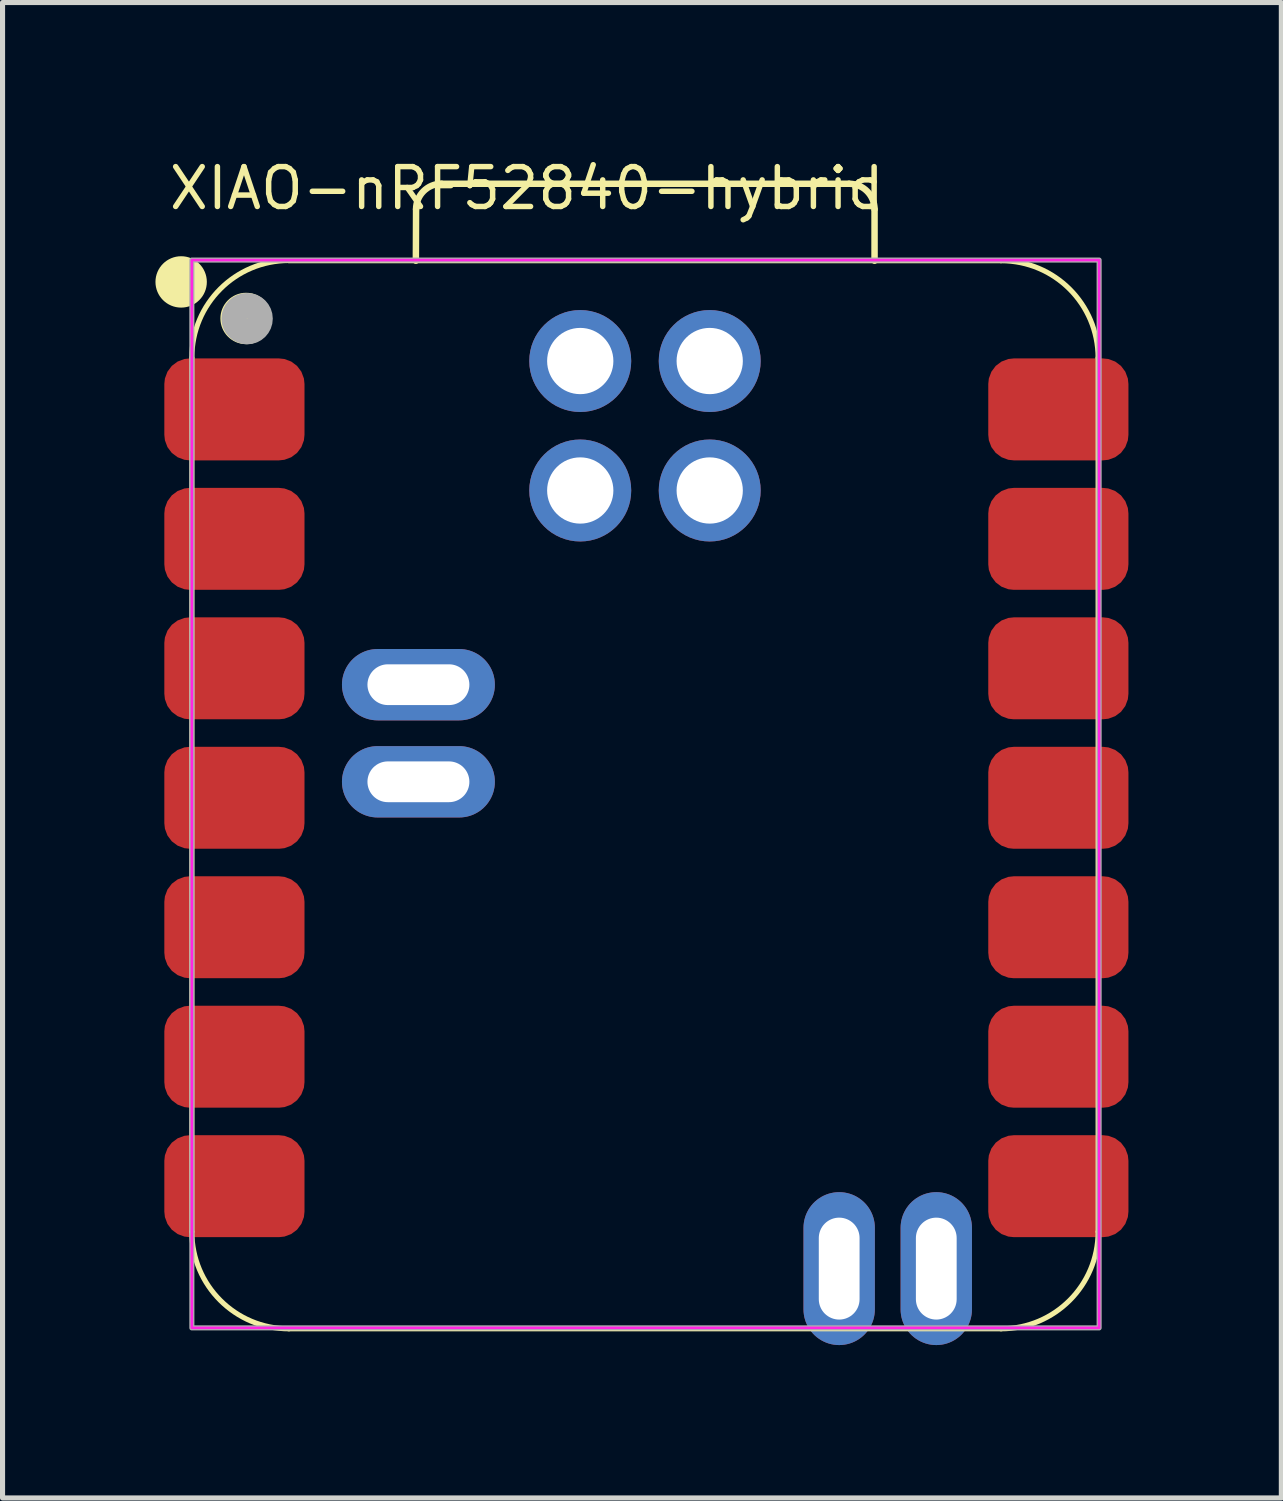
<source format=kicad_pcb>
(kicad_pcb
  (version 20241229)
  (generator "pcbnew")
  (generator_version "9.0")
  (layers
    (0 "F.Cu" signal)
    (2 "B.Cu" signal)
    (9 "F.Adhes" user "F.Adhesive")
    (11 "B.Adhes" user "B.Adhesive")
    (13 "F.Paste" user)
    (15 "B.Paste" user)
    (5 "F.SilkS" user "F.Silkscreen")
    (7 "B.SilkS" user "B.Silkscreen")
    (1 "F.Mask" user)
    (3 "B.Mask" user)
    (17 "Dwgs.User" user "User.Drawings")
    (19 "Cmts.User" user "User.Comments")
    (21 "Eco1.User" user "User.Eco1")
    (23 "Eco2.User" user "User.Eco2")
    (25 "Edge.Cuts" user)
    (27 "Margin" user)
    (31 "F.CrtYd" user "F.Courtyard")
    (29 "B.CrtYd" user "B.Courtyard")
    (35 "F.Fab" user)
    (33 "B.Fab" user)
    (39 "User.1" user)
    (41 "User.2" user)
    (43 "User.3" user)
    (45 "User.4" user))
  (footprint "XIAO-nRF52840-hybrid"
    (layer "F.Cu")
    (at 9.659 12.602)
    (property "Reference" "XIAO-nRF52840-hybrid" (at -9.445 -11.5 0) (layer "F.SilkS") (effects (font (size 0.782 0.782) (thickness 0.107)) (justify left bottom)))
    (attr smd)
    (fp_line (start -8.945 8.513) (end -8.945 -8.632) (stroke (width 0.1) (type solid)) (layer "F.SilkS"))
    (fp_line (start -7.04 10.418) (end 6.93 10.418) (stroke (width 0.1) (type solid)) (layer "F.SilkS"))
    (fp_line (start -4.55 -10.537) (end -4.546 -11.547) (stroke (width 0.127) (type solid)) (layer "F.SilkS"))
    (fp_line (start -4.046 -12.047) (end 3.949 -12.047) (stroke (width 0.127) (type solid)) (layer "F.SilkS"))
    (fp_line (start 4.449 -11.547) (end 4.449 -10.537) (stroke (width 0.127) (type solid)) (layer "F.SilkS"))
    (fp_line (start 6.93 -10.537) (end -7.04 -10.537) (stroke (width 0.1) (type solid)) (layer "F.SilkS"))
    (fp_line (start 8.835 8.513) (end 8.835 -8.632) (stroke (width 0.1) (type solid)) (layer "F.SilkS"))
    (fp_arc (start -8.945 -8.636) (mid -8.387038 -9.983038) (end -7.04 -10.541) (stroke (width 0.1) (type solid)) (layer "F.SilkS"))
    (fp_arc (start -7.04 10.418) (mid -8.387038 9.860038) (end -8.945 8.513) (stroke (width 0.1) (type solid)) (layer "F.SilkS"))
    (fp_arc (start -4.546272 -11.547272) (mid -4.399724 -11.900644) (end -4.046272 -12.047) (stroke (width 0.127) (type default)) (layer "F.SilkS"))
    (fp_arc (start 3.949 -12.047) (mid 4.302524 -11.900524) (end 4.449 -11.547) (stroke (width 0.127) (type default)) (layer "F.SilkS"))
    (fp_arc (start 6.93 -10.537) (mid 8.277024 -9.979024) (end 8.835 -8.632) (stroke (width 0.1) (type solid)) (layer "F.SilkS"))
    (fp_arc (start 8.835 8.513) (mid 8.277038 9.860038) (end 6.93 10.418) (stroke (width 0.1) (type solid)) (layer "F.SilkS"))
    (fp_circle (center -9.155 -10.121) (end -9.155 -10.375) (stroke (width 0.5) (type solid)) (fill yes) (layer "F.SilkS"))
    (fp_circle (center -7.881 -9.404) (end -7.881 -9.658) (stroke (width 0.5) (type solid)) (fill yes) (layer "F.SilkS"))
    (fp_rect (start -8.945 -10.55) (end 8.855 10.4) (stroke (width 0.05) (type default)) (fill no) (layer "F.CrtYd"))
    (fp_rect (start -8.945 -10.55) (end 8.855 10.4) (stroke (width 0.1) (type default)) (fill no) (layer "F.Fab"))
    (fp_circle (center -7.861 -9.4) (end -7.861 -9.654) (stroke (width 0.5) (type solid)) (fill no) (layer "F.Fab"))
    (pad "1" smd roundrect (at -8.11 -7.62) (size 2.75 2) (layers "F.Cu" "F.Mask" "F.Paste") (roundrect_rratio 0.25))
    (pad "2" smd roundrect (at -8.11 -5.08) (size 2.75 2) (layers "F.Cu" "F.Mask" "F.Paste") (roundrect_rratio 0.25))
    (pad "3" smd roundrect (at -8.11 -2.54) (size 2.75 2) (layers "F.Cu" "F.Mask" "F.Paste") (roundrect_rratio 0.25))
    (pad "4" smd roundrect (at -8.11 0) (size 2.75 2) (layers "F.Cu" "F.Mask" "F.Paste") (roundrect_rratio 0.25))
    (pad "5" smd roundrect (at -8.11 2.54) (size 2.75 2) (layers "F.Cu" "F.Mask" "F.Paste") (roundrect_rratio 0.25))
    (pad "6" smd roundrect (at -8.11 5.08) (size 2.75 2) (layers "F.Cu" "F.Mask" "F.Paste") (roundrect_rratio 0.25))
    (pad "7" smd roundrect (at -8.11 7.62) (size 2.75 2) (layers "F.Cu" "F.Mask" "F.Paste") (roundrect_rratio 0.25))
    (pad "8" smd roundrect (at 8.055 7.62) (size 2.75 2) (layers "F.Cu" "F.Mask" "F.Paste") (roundrect_rratio 0.25))
    (pad "9" smd roundrect (at 8.055 5.08) (size 2.75 2) (layers "F.Cu" "F.Mask" "F.Paste") (roundrect_rratio 0.25))
    (pad "10" smd roundrect (at 8.055 2.54) (size 2.75 2) (layers "F.Cu" "F.Mask" "F.Paste") (roundrect_rratio 0.25))
    (pad "11" smd roundrect (at 8.055 0) (size 2.75 2) (layers "F.Cu" "F.Mask" "F.Paste") (roundrect_rratio 0.25))
    (pad "12" smd roundrect (at 8.055 -2.54) (size 2.75 2) (layers "F.Cu" "F.Mask" "F.Paste") (roundrect_rratio 0.25))
    (pad "13" smd roundrect (at 8.055 -5.08) (size 2.75 2) (layers "F.Cu" "F.Mask" "F.Paste") (roundrect_rratio 0.25))
    (pad "14" smd roundrect (at 8.055 -7.62) (size 2.75 2) (layers "F.Cu" "F.Mask" "F.Paste") (roundrect_rratio 0.25))
    (pad "15" thru_hole oval (at -4.5 -0.314 180) (size 3 1.4) (drill oval 2 0.8) (layers "*.Cu" "*.Mask"))
    (pad "16" thru_hole oval (at -4.5 -2.219 180) (size 3 1.4) (drill oval 2 0.8) (layers "*.Cu" "*.Mask"))
    (pad "17" thru_hole oval (at 3.755 9.237 270) (size 3 1.4) (drill oval 2 0.8) (layers "*.Cu" "*.Mask"))
    (pad "18" thru_hole oval (at 5.66 9.237 270) (size 3 1.4) (drill oval 2 0.8) (layers "*.Cu" "*.Mask"))
    (pad "19" thru_hole circle (at -1.325 -8.569) (size 2 2) (drill 1.3) (layers "*.Cu" "*.Mask"))
    (pad "20" thru_hole circle (at 1.215 -8.569) (size 2 2) (drill 1.3) (layers "*.Cu" "*.Mask"))
    (pad "21" thru_hole circle (at -1.325 -6.029) (size 2 2) (drill 1.3) (layers "*.Cu" "*.Mask"))
    (pad "22" thru_hole circle (at 1.215 -6.029) (size 2 2) (drill 1.3) (layers "*.Cu" "*.Mask")))
  (gr_rect
    (start -3 -3)
    (end 22.089 26.339)
    (stroke (width 0.1) (type default))
    (fill no)
    (layer "Edge.Cuts")))
</source>
